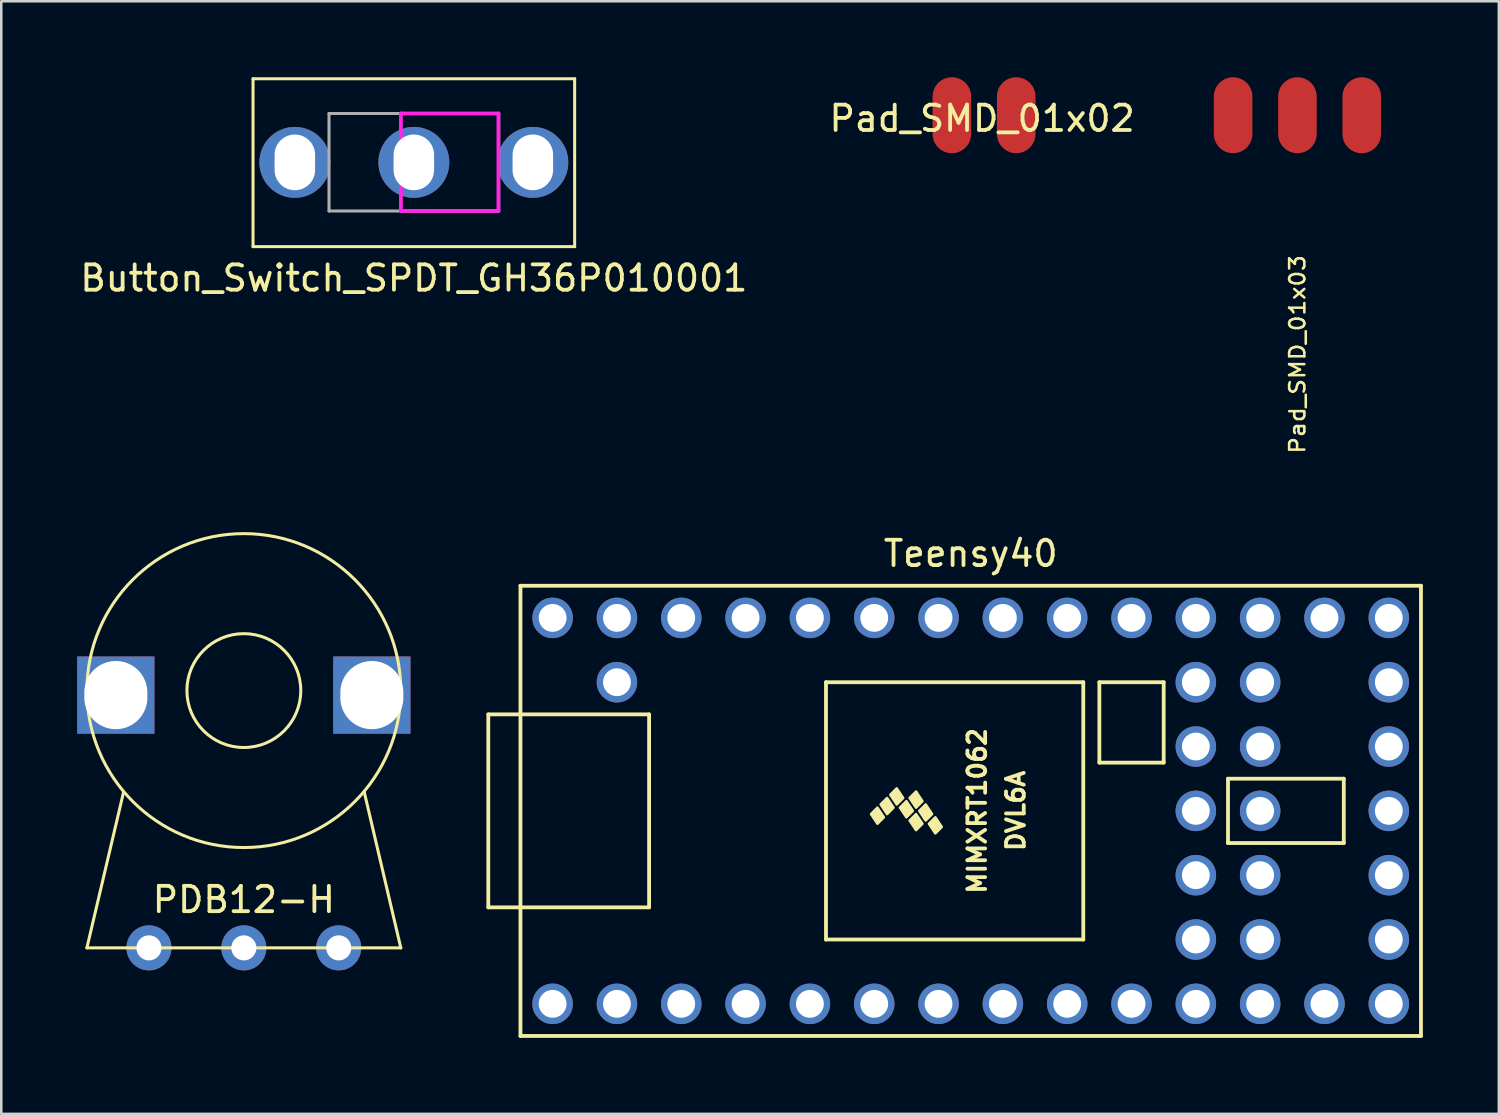
<source format=kicad_pcb>
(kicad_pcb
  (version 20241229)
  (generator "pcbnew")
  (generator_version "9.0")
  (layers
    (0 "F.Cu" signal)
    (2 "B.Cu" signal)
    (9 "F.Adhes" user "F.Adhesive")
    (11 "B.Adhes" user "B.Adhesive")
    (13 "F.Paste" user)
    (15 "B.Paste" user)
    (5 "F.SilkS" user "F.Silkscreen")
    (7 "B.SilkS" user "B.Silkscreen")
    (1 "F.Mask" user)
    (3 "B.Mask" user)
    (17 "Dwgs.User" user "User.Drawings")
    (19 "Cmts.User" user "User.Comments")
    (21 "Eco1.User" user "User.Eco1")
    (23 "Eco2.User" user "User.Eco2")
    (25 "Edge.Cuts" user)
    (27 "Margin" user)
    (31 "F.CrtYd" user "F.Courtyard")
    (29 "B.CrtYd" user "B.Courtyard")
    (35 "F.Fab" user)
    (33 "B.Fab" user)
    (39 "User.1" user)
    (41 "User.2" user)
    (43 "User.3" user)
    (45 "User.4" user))
  (footprint "PDB12-H"
    (layer "F.Cu")
    (at 6.579 34.38)
    (property "Reference" "PDB12-H" (at 0 -1.905 180) (layer "F.SilkS") (effects (font (size 1 1) (thickness 0.15))))
    (attr through_hole)
    (fp_line (start -6.198 0) (end -4.75 -6.147) (stroke (width 0.12) (type solid)) (layer "F.SilkS"))
    (fp_line (start -6.198 0) (end 6.198 0) (stroke (width 0.12) (type solid)) (layer "F.SilkS"))
    (fp_line (start 6.198 0) (end 4.75 -6.172) (stroke (width 0.12) (type solid)) (layer "F.SilkS"))
    (fp_circle (center 0 -10.16) (end 2.248 -10.16) (stroke (width 0.12) (type solid)) (fill no) (layer "F.SilkS"))
    (fp_circle (center 0 -10.16) (end 6.198 -10.16) (stroke (width 0.12) (type solid)) (fill no) (layer "F.SilkS"))
    (pad "1" thru_hole circle (at -3.747 0 90) (size 1.778 1.778) (drill 0.991) (layers "*.Cu" "*.Mask"))
    (pad "2" thru_hole circle (at 0 0 90) (size 1.778 1.778) (drill 0.991) (layers "*.Cu" "*.Mask"))
    (pad "3" thru_hole circle (at 3.747 0 90) (size 1.778 1.778) (drill 0.991) (layers "*.Cu" "*.Mask"))
    (pad "4" thru_hole rect (at -5.055 -9.982 90) (size 3.048 3.048) (drill oval 2.692 2.489) (layers "*.Cu" "*.Mask"))
    (pad "5" thru_hole rect (at 5.055 -9.982 90) (size 3.048 3.048) (drill oval 2.692 2.489) (layers "*.Cu" "*.Mask")))
  (footprint "Button_Switch_SPDT_GH36P010001"
    (layer "F.Cu")
    (at 13.292 3.362)
    (property "Reference" "Button_Switch_SPDT_GH36P010001" (at 0 4.572 0) (layer "F.SilkS") (effects (font (size 1 1) (thickness 0.15))))
    (attr through_hole)
    (fp_line (start -6.35 -3.302) (end -6.35 3.327) (stroke (width 0.12) (type solid)) (layer "F.SilkS"))
    (fp_line (start -6.35 -3.302) (end 6.35 -3.302) (stroke (width 0.12) (type solid)) (layer "F.SilkS"))
    (fp_line (start 6.35 3.327) (end -6.35 3.327) (stroke (width 0.12) (type solid)) (layer "F.SilkS"))
    (fp_line (start 6.35 3.327) (end 6.35 -3.302) (stroke (width 0.12) (type solid)) (layer "F.SilkS"))
    (fp_line (start -0.51 -1.93) (end 3.34 -1.93) (stroke (width 0.15) (type solid)) (layer "F.CrtYd"))
    (fp_line (start -0.51 1.92) (end -0.51 -1.93) (stroke (width 0.15) (type solid)) (layer "F.CrtYd"))
    (fp_line (start -0.51 1.92) (end 3.34 1.92) (stroke (width 0.15) (type solid)) (layer "F.CrtYd"))
    (fp_line (start 3.34 1.92) (end 3.34 -1.93) (stroke (width 0.15) (type solid)) (layer "F.CrtYd"))
    (fp_line (start -3.35 -1.93) (end -3.35 1.92) (stroke (width 0.12) (type solid)) (layer "F.Fab"))
    (fp_line (start -3.35 -1.93) (end 3.35 -1.93) (stroke (width 0.12) (type solid)) (layer "F.Fab"))
    (fp_line (start -3.35 1.92) (end 3.35 1.92) (stroke (width 0.12) (type solid)) (layer "F.Fab"))
    (fp_line (start 3.35 -1.93) (end 3.35 1.92) (stroke (width 0.12) (type solid)) (layer "F.Fab"))
    (pad "1" thru_hole circle (at -4.699 0) (size 2.8 2.8) (drill oval 1.6 2.2) (layers "*.Cu" "*.Mask"))
    (pad "2" thru_hole circle (at 0 0) (size 2.8 2.8) (drill oval 1.6 2.2) (layers "*.Cu" "*.Mask"))
    (pad "3" thru_hole circle (at 4.699 0) (size 2.8 2.8) (drill oval 1.6 2.2) (layers "*.Cu" "*.Mask")))
  (footprint "Pad_SMD_01x03"
    (layer "F.Cu")
    (at 48.183 1.5)
    (property "Reference" "Pad_SMD_01x03" (at 0 5.461 270) (layer "F.SilkS") (effects (font (size 0.6 0.65) (thickness 0.1)) (justify right)))
    (attr through_hole)
    (pad "1" smd oval (at -2.54 0) (size 1.524 3) (layers "F.Cu" "F.Mask" "F.Paste"))
    (pad "2" smd oval (at 0 0) (size 1.524 3) (layers "F.Cu" "F.Mask" "F.Paste"))
    (pad "3" smd oval (at 2.54 0) (size 1.524 3) (layers "F.Cu" "F.Mask" "F.Paste")))
  (footprint "Teensy40"
    (layer "F.Cu")
    (at 35.282 28.97)
    (property "Reference" "Teensy40" (at 0 -10.16 180) (layer "F.SilkS") (effects (font (size 1 1) (thickness 0.15))))
    (attr through_hole)
    (fp_line (start -19.05 -3.81) (end -17.78 -3.81) (stroke (width 0.15) (type solid)) (layer "F.SilkS"))
    (fp_line (start -19.05 3.81) (end -19.05 -3.81) (stroke (width 0.15) (type solid)) (layer "F.SilkS"))
    (fp_line (start -17.78 -8.89) (end 17.78 -8.89) (stroke (width 0.15) (type solid)) (layer "F.SilkS"))
    (fp_line (start -17.78 3.81) (end -19.05 3.81) (stroke (width 0.15) (type solid)) (layer "F.SilkS"))
    (fp_line (start -17.78 8.89) (end -17.78 -8.89) (stroke (width 0.15) (type solid)) (layer "F.SilkS"))
    (fp_line (start -12.7 -3.81) (end -17.78 -3.81) (stroke (width 0.15) (type solid)) (layer "F.SilkS"))
    (fp_line (start -12.7 3.81) (end -17.78 3.81) (stroke (width 0.15) (type solid)) (layer "F.SilkS"))
    (fp_line (start -12.7 3.81) (end -12.7 -3.81) (stroke (width 0.15) (type solid)) (layer "F.SilkS"))
    (fp_line (start -5.715 -5.08) (end -5.715 5.08) (stroke (width 0.15) (type solid)) (layer "F.SilkS"))
    (fp_line (start 4.445 -5.08) (end -5.715 -5.08) (stroke (width 0.15) (type solid)) (layer "F.SilkS"))
    (fp_line (start 4.445 5.08) (end -5.715 5.08) (stroke (width 0.15) (type solid)) (layer "F.SilkS"))
    (fp_line (start 4.445 5.08) (end 4.445 -5.08) (stroke (width 0.15) (type solid)) (layer "F.SilkS"))
    (fp_line (start 5.08 -5.08) (end 7.62 -5.08) (stroke (width 0.15) (type solid)) (layer "F.SilkS"))
    (fp_line (start 5.08 -1.905) (end 5.08 -5.08) (stroke (width 0.15) (type solid)) (layer "F.SilkS"))
    (fp_line (start 7.62 -5.08) (end 7.62 -1.905) (stroke (width 0.15) (type solid)) (layer "F.SilkS"))
    (fp_line (start 7.62 -1.905) (end 5.08 -1.905) (stroke (width 0.15) (type solid)) (layer "F.SilkS"))
    (fp_line (start 10.16 -1.27) (end 14.732 -1.27) (stroke (width 0.15) (type solid)) (layer "F.SilkS"))
    (fp_line (start 10.16 1.27) (end 10.16 -1.27) (stroke (width 0.15) (type solid)) (layer "F.SilkS"))
    (fp_line (start 14.732 -1.27) (end 14.732 1.27) (stroke (width 0.15) (type solid)) (layer "F.SilkS"))
    (fp_line (start 14.732 1.27) (end 10.16 1.27) (stroke (width 0.15) (type solid)) (layer "F.SilkS"))
    (fp_line (start 17.78 -8.89) (end 17.78 8.89) (stroke (width 0.15) (type solid)) (layer "F.SilkS"))
    (fp_line (start 17.78 8.89) (end -17.78 8.89) (stroke (width 0.15) (type solid)) (layer "F.SilkS"))
    (fp_poly (pts (xy -3.937 0.127) (xy -3.683 -0.127) (xy -3.429 0.254) (xy -3.683 0.508)) (stroke (width 0.1) (type solid)) (fill yes) (layer "F.SilkS"))
    (fp_poly (pts (xy -3.556 -0.254) (xy -3.302 -0.508) (xy -3.048 -0.127) (xy -3.302 0.127)) (stroke (width 0.1) (type solid)) (fill yes) (layer "F.SilkS"))
    (fp_poly (pts (xy -3.175 -0.635) (xy -2.921 -0.889) (xy -2.667 -0.508) (xy -2.921 -0.254)) (stroke (width 0.1) (type solid)) (fill yes) (layer "F.SilkS"))
    (fp_poly (pts (xy -2.794 -0.127) (xy -2.54 -0.381) (xy -2.286 0) (xy -2.54 0.254)) (stroke (width 0.1) (type solid)) (fill yes) (layer "F.SilkS"))
    (fp_poly (pts (xy -2.413 -0.508) (xy -2.159 -0.762) (xy -1.905 -0.381) (xy -2.159 -0.127)) (stroke (width 0.1) (type solid)) (fill yes) (layer "F.SilkS"))
    (fp_poly (pts (xy -2.413 0.381) (xy -2.159 0.127) (xy -1.905 0.508) (xy -2.159 0.762)) (stroke (width 0.1) (type solid)) (fill yes) (layer "F.SilkS"))
    (fp_poly (pts (xy -2.032 0) (xy -1.778 -0.254) (xy -1.524 0.127) (xy -1.778 0.381)) (stroke (width 0.1) (type solid)) (fill yes) (layer "F.SilkS"))
    (fp_poly (pts (xy -1.651 0.508) (xy -1.397 0.254) (xy -1.143 0.635) (xy -1.397 0.889)) (stroke (width 0.1) (type solid)) (fill yes) (layer "F.SilkS"))
    (fp_text user "DVL6A" (at 1.778 0 90) (layer "F.SilkS") (effects (font (size 0.7 0.7) (thickness 0.15))))
    (fp_text user "MIMXRT1062" (at 0.254 0 90) (layer "F.SilkS") (effects (font (size 0.7 0.7) (thickness 0.15))))
    (pad "1" thru_hole circle (at -16.51 7.62) (size 1.6 1.6) (drill 1.1) (layers "*.Cu" "*.Mask"))
    (pad "2" thru_hole circle (at -13.97 7.62) (size 1.6 1.6) (drill 1.1) (layers "*.Cu" "*.Mask"))
    (pad "3" thru_hole circle (at -11.43 7.62) (size 1.6 1.6) (drill 1.1) (layers "*.Cu" "*.Mask"))
    (pad "4" thru_hole circle (at -8.89 7.62) (size 1.6 1.6) (drill 1.1) (layers "*.Cu" "*.Mask"))
    (pad "5" thru_hole circle (at -6.35 7.62) (size 1.6 1.6) (drill 1.1) (layers "*.Cu" "*.Mask"))
    (pad "6" thru_hole circle (at -3.81 7.62) (size 1.6 1.6) (drill 1.1) (layers "*.Cu" "*.Mask"))
    (pad "7" thru_hole circle (at -1.27 7.62) (size 1.6 1.6) (drill 1.1) (layers "*.Cu" "*.Mask"))
    (pad "8" thru_hole circle (at 1.27 7.62) (size 1.6 1.6) (drill 1.1) (layers "*.Cu" "*.Mask"))
    (pad "9" thru_hole circle (at 3.81 7.62) (size 1.6 1.6) (drill 1.1) (layers "*.Cu" "*.Mask"))
    (pad "10" thru_hole circle (at 6.35 7.62) (size 1.6 1.6) (drill 1.1) (layers "*.Cu" "*.Mask"))
    (pad "11" thru_hole circle (at 8.89 7.62) (size 1.6 1.6) (drill 1.1) (layers "*.Cu" "*.Mask"))
    (pad "12" thru_hole circle (at 11.43 7.62) (size 1.6 1.6) (drill 1.1) (layers "*.Cu" "*.Mask"))
    (pad "13" thru_hole circle (at 13.97 7.62) (size 1.6 1.6) (drill 1.1) (layers "*.Cu" "*.Mask"))
    (pad "14" thru_hole circle (at 16.51 7.62) (size 1.6 1.6) (drill 1.1) (layers "*.Cu" "*.Mask"))
    (pad "15" thru_hole circle (at 16.51 5.08) (size 1.6 1.6) (drill 1.1) (layers "*.Cu" "*.Mask"))
    (pad "16" thru_hole circle (at 16.51 2.54) (size 1.6 1.6) (drill 1.1) (layers "*.Cu" "*.Mask"))
    (pad "17" thru_hole circle (at 16.51 0) (size 1.6 1.6) (drill 1.1) (layers "*.Cu" "*.Mask"))
    (pad "18" thru_hole circle (at 16.51 -2.54) (size 1.6 1.6) (drill 1.1) (layers "*.Cu" "*.Mask"))
    (pad "19" thru_hole circle (at 16.51 -5.08) (size 1.6 1.6) (drill 1.1) (layers "*.Cu" "*.Mask"))
    (pad "20" thru_hole circle (at 16.51 -7.62) (size 1.6 1.6) (drill 1.1) (layers "*.Cu" "*.Mask"))
    (pad "21" thru_hole circle (at 13.97 -7.62) (size 1.6 1.6) (drill 1.1) (layers "*.Cu" "*.Mask"))
    (pad "22" thru_hole circle (at 11.43 -7.62) (size 1.6 1.6) (drill 1.1) (layers "*.Cu" "*.Mask"))
    (pad "23" thru_hole circle (at 8.89 -7.62) (size 1.6 1.6) (drill 1.1) (layers "*.Cu" "*.Mask"))
    (pad "24" thru_hole circle (at 6.35 -7.62) (size 1.6 1.6) (drill 1.1) (layers "*.Cu" "*.Mask"))
    (pad "25" thru_hole circle (at 3.81 -7.62) (size 1.6 1.6) (drill 1.1) (layers "*.Cu" "*.Mask"))
    (pad "26" thru_hole circle (at 1.27 -7.62) (size 1.6 1.6) (drill 1.1) (layers "*.Cu" "*.Mask"))
    (pad "27" thru_hole circle (at -1.27 -7.62) (size 1.6 1.6) (drill 1.1) (layers "*.Cu" "*.Mask"))
    (pad "28" thru_hole circle (at -3.81 -7.62) (size 1.6 1.6) (drill 1.1) (layers "*.Cu" "*.Mask"))
    (pad "29" thru_hole circle (at -6.35 -7.62) (size 1.6 1.6) (drill 1.1) (layers "*.Cu" "*.Mask"))
    (pad "30" thru_hole circle (at -8.89 -7.62) (size 1.6 1.6) (drill 1.1) (layers "*.Cu" "*.Mask"))
    (pad "31" thru_hole circle (at -11.43 -7.62) (size 1.6 1.6) (drill 1.1) (layers "*.Cu" "*.Mask"))
    (pad "32" thru_hole circle (at -13.97 -7.62) (size 1.6 1.6) (drill 1.1) (layers "*.Cu" "*.Mask"))
    (pad "33" thru_hole circle (at -16.51 -7.62) (size 1.6 1.6) (drill 1.1) (layers "*.Cu" "*.Mask"))
    (pad "34" thru_hole circle (at -13.97 -5.08) (size 1.6 1.6) (drill 1.1) (layers "*.Cu" "*.Mask"))
    (pad "35" thru_hole circle (at 11.43 -5.08) (size 1.6 1.6) (drill 1.1) (layers "*.Cu" "*.Mask"))
    (pad "36" thru_hole circle (at 8.89 -5.08) (size 1.6 1.6) (drill 1.1) (layers "*.Cu" "*.Mask"))
    (pad "37" thru_hole circle (at 11.43 -2.54) (size 1.6 1.6) (drill 1.1) (layers "*.Cu" "*.Mask"))
    (pad "38" thru_hole circle (at 8.89 -2.54) (size 1.6 1.6) (drill 1.1) (layers "*.Cu" "*.Mask"))
    (pad "39" thru_hole circle (at 11.43 0) (size 1.6 1.6) (drill 1.1) (layers "*.Cu" "*.Mask"))
    (pad "40" thru_hole circle (at 8.89 0) (size 1.6 1.6) (drill 1.1) (layers "*.Cu" "*.Mask"))
    (pad "41" thru_hole circle (at 11.43 2.54) (size 1.6 1.6) (drill 1.1) (layers "*.Cu" "*.Mask"))
    (pad "42" thru_hole circle (at 8.89 2.54) (size 1.6 1.6) (drill 1.1) (layers "*.Cu" "*.Mask"))
    (pad "43" thru_hole circle (at 11.43 5.08) (size 1.6 1.6) (drill 1.1) (layers "*.Cu" "*.Mask"))
    (pad "44" thru_hole circle (at 8.89 5.08) (size 1.6 1.6) (drill 1.1) (layers "*.Cu" "*.Mask")))
  (footprint "Pad_SMD_01x02"
    (layer "F.Cu")
    (at 35.808 1.5)
    (property "Reference" "Pad_SMD_01x02" (at -0.076 0.127 180) (layer "F.SilkS") (effects (font (size 1 1) (thickness 0.15))))
    (attr through_hole)
    (pad "1" smd oval (at -1.27 0) (size 1.524 3) (layers "F.Cu" "F.Mask" "F.Paste"))
    (pad "2" smd oval (at 1.27 0) (size 1.524 3) (layers "F.Cu" "F.Mask" "F.Paste")))
  (gr_rect
    (start -3 -3)
    (end 56.137 40.935)
    (stroke (width 0.1) (type default))
    (fill no)
    (layer "Edge.Cuts")))
</source>
